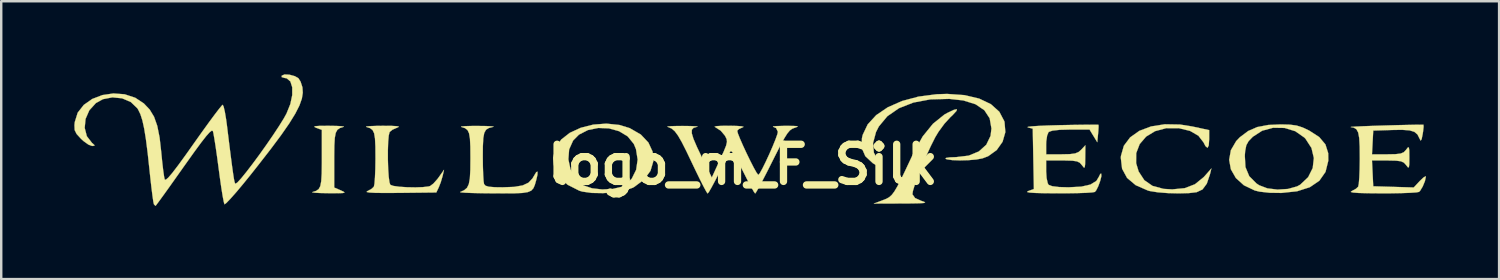
<source format=kicad_pcb>
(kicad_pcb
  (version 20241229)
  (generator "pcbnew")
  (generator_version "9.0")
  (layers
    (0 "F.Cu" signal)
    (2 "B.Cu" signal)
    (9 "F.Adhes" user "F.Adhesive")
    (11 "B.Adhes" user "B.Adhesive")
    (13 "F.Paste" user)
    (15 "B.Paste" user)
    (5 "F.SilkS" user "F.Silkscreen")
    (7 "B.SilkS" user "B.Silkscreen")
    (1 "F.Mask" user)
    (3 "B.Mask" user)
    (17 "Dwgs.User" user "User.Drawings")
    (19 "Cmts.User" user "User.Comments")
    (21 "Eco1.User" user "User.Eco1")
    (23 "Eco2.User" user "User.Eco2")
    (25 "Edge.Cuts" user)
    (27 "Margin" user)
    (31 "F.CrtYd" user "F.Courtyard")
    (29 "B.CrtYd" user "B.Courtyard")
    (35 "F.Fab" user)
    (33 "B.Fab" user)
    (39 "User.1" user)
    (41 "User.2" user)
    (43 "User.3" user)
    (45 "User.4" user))
  (footprint "logo_m_F_Silk"
    (layer "F.Cu")
    (at 27.427 3.704)
    (property "Reference" "logo_m_F_Silk" (at 0 0 0) (layer "F.SilkS") (effects (font (size 1.524 1.524) (thickness 0.3))))
    (attr through_hole)
    (fp_poly (pts (xy -16.976 -1.592) (xy -16.664 -1.587) (xy -16.451 -1.575) (xy -16.365 -1.558) (xy -16.383 -1.547) (xy -16.531 -1.501) (xy -16.634 -1.428) (xy -16.702 -1.302) (xy -16.741 -1.095) (xy -16.759 -0.78) (xy -16.764 -0.33) (xy -16.764 -0.197) (xy -16.764 0.94) (xy -16.489 1.059) (xy -16.372 1.114) (xy -16.341 1.149) (xy -16.417 1.167) (xy -16.62 1.174) (xy -16.97 1.173) (xy -17.018 1.172) (xy -17.341 1.166) (xy -17.566 1.153) (xy -17.668 1.136) (xy -17.653 1.124) (xy -17.507 1.078) (xy -17.404 1.007) (xy -17.336 0.884) (xy -17.297 0.68) (xy -17.278 0.371) (xy -17.272 -0.072) (xy -17.272 -0.257) (xy -17.272 -1.425) (xy -17.505 -1.51) (xy -17.584 -1.55) (xy -17.548 -1.576) (xy -17.378 -1.589) (xy -17.059 -1.592) (xy -16.976 -1.592)) (stroke (width 0.01) (type solid)) (fill yes) (layer "F.SilkS"))
    (fp_poly (pts (xy 8.768 -2.204) (xy 8.613 -2.036) (xy 8.519 -1.948) (xy 8.27 -1.676) (xy 8.024 -1.339) (xy 7.894 -1.122) (xy 7.711 -0.757) (xy 7.522 -0.346) (xy 7.341 0.078) (xy 7.181 0.48) (xy 7.056 0.828) (xy 6.978 1.087) (xy 6.96 1.218) (xy 7.068 1.371) (xy 7.324 1.487) (xy 7.445 1.528) (xy 7.481 1.557) (xy 7.415 1.576) (xy 7.229 1.587) (xy 6.905 1.593) (xy 6.519 1.595) (xy 5.376 1.599) (xy 5.757 1.455) (xy 5.892 1.401) (xy 6.004 1.338) (xy 6.108 1.247) (xy 6.215 1.107) (xy 6.339 0.899) (xy 6.492 0.603) (xy 6.687 0.198) (xy 6.937 -0.335) (xy 7.017 -0.508) (xy 7.381 -1.157) (xy 7.803 -1.677) (xy 8.267 -2.051) (xy 8.4 -2.125) (xy 8.662 -2.248) (xy 8.784 -2.274) (xy 8.768 -2.204)) (stroke (width 0.01) (type solid)) (fill yes) (layer "F.SilkS"))
    (fp_poly (pts (xy 17.941 -1.644) (xy 18.444 -1.564) (xy 19.135 -1.415) (xy 19.135 -1.046) (xy 19.117 -0.786) (xy 19.066 -0.69) (xy 18.982 -0.759) (xy 18.903 -0.912) (xy 18.693 -1.185) (xy 18.35 -1.383) (xy 17.898 -1.493) (xy 17.888 -1.495) (xy 17.366 -1.493) (xy 16.913 -1.372) (xy 16.547 -1.149) (xy 16.284 -0.843) (xy 16.142 -0.473) (xy 16.138 -0.058) (xy 16.242 0.285) (xy 16.474 0.639) (xy 16.81 0.873) (xy 17.261 0.995) (xy 17.616 1.016) (xy 18.133 0.966) (xy 18.551 0.805) (xy 18.908 0.515) (xy 18.968 0.45) (xy 19.226 0.156) (xy 19.168 0.395) (xy 19.038 0.78) (xy 18.861 1.019) (xy 18.622 1.131) (xy 18.62 1.132) (xy 18.302 1.169) (xy 17.891 1.18) (xy 17.448 1.169) (xy 17.032 1.137) (xy 16.704 1.085) (xy 16.623 1.064) (xy 16.12 0.844) (xy 15.766 0.546) (xy 15.562 0.171) (xy 15.509 -0.278) (xy 15.515 -0.357) (xy 15.634 -0.773) (xy 15.891 -1.117) (xy 16.269 -1.385) (xy 16.749 -1.566) (xy 17.312 -1.655) (xy 17.941 -1.644)) (stroke (width 0.01) (type solid)) (fill yes) (layer "F.SilkS"))
    (fp_poly (pts (xy -5.065 -1.627) (xy -4.642 -1.498) (xy -4.187 -1.236) (xy -3.873 -0.905) (xy -3.7 -0.53) (xy -3.672 -0.136) (xy -3.787 0.253) (xy -4.049 0.612) (xy -4.457 0.917) (xy -4.519 0.951) (xy -4.838 1.061) (xy -5.263 1.135) (xy -5.735 1.17) (xy -6.194 1.162) (xy -6.58 1.108) (xy -6.709 1.07) (xy -7.191 0.825) (xy -7.536 0.51) (xy -7.736 0.138) (xy -7.776 -0.213) (xy -7.157 -0.213) (xy -7.068 0.197) (xy -6.867 0.56) (xy -6.568 0.832) (xy -6.521 0.858) (xy -6.184 0.972) (xy -5.772 1.019) (xy -5.35 1) (xy -4.986 0.914) (xy -4.851 0.85) (xy -4.558 0.579) (xy -4.376 0.213) (xy -4.315 -0.205) (xy -4.383 -0.634) (xy -4.472 -0.848) (xy -4.723 -1.157) (xy -5.076 -1.371) (xy -5.492 -1.487) (xy -5.931 -1.504) (xy -6.355 -1.418) (xy -6.724 -1.229) (xy -6.962 -0.989) (xy -7.126 -0.623) (xy -7.157 -0.213) (xy -7.776 -0.213) (xy -7.783 -0.276) (xy -7.68 -0.69) (xy -7.452 -1.028) (xy -7.097 -1.305) (xy -6.647 -1.512) (xy -6.136 -1.641) (xy -5.598 -1.682) (xy -5.065 -1.627)) (stroke (width 0.01) (type solid)) (fill yes) (layer "F.SilkS"))
    (fp_poly (pts (xy -14.395 -1.589) (xy -14.176 -1.576) (xy -14.107 -1.553) (xy -14.174 -1.52) (xy -14.374 -1.433) (xy -14.491 -1.337) (xy -14.527 -1.195) (xy -14.551 -0.931) (xy -14.562 -0.589) (xy -14.562 -0.21) (xy -14.551 0.164) (xy -14.529 0.491) (xy -14.497 0.728) (xy -14.461 0.83) (xy -14.335 0.874) (xy -14.089 0.908) (xy -13.772 0.928) (xy -13.435 0.934) (xy -13.126 0.923) (xy -12.894 0.896) (xy -12.83 0.878) (xy -12.697 0.779) (xy -12.532 0.594) (xy -12.475 0.518) (xy -12.259 0.212) (xy -12.316 0.466) (xy -12.395 0.731) (xy -12.474 0.931) (xy -12.575 1.143) (xy -14.098 1.16) (xy -14.665 1.163) (xy -15.072 1.159) (xy -15.326 1.145) (xy -15.436 1.123) (xy -15.412 1.092) (xy -15.229 0.992) (xy -15.138 0.906) (xy -15.113 0.786) (xy -15.093 0.533) (xy -15.078 0.183) (xy -15.072 -0.228) (xy -15.072 -0.265) (xy -15.075 -0.737) (xy -15.091 -1.069) (xy -15.127 -1.287) (xy -15.193 -1.421) (xy -15.297 -1.498) (xy -15.447 -1.546) (xy -15.452 -1.547) (xy -15.446 -1.565) (xy -15.298 -1.579) (xy -15.034 -1.589) (xy -14.774 -1.592) (xy -14.395 -1.589)) (stroke (width 0.01) (type solid)) (fill yes) (layer "F.SilkS"))
    (fp_poly (pts (xy 9.096 -2.851) (xy 9.698 -2.709) (xy 10.177 -2.481) (xy 10.524 -2.17) (xy 10.729 -1.781) (xy 10.738 -1.75) (xy 10.772 -1.333) (xy 10.658 -0.937) (xy 10.416 -0.596) (xy 10.067 -0.345) (xy 9.836 -0.257) (xy 9.581 -0.21) (xy 9.255 -0.182) (xy 8.911 -0.173) (xy 8.601 -0.184) (xy 8.379 -0.216) (xy 8.318 -0.239) (xy 8.338 -0.274) (xy 8.494 -0.298) (xy 8.749 -0.307) (xy 9.266 -0.368) (xy 9.685 -0.541) (xy 9.99 -0.816) (xy 10.165 -1.179) (xy 10.202 -1.482) (xy 10.129 -1.899) (xy 9.911 -2.231) (xy 9.55 -2.476) (xy 9.048 -2.633) (xy 8.47 -2.697) (xy 7.69 -2.676) (xy 6.997 -2.546) (xy 6.406 -2.314) (xy 5.93 -1.985) (xy 5.582 -1.566) (xy 5.465 -1.336) (xy 5.343 -0.883) (xy 5.378 -0.489) (xy 5.553 -0.176) (xy 5.672 0.002) (xy 5.661 0.082) (xy 5.535 0.059) (xy 5.332 -0.06) (xy 5.026 -0.346) (xy 4.88 -0.681) (xy 4.887 -1.082) (xy 4.919 -1.22) (xy 5.123 -1.649) (xy 5.472 -2.029) (xy 5.948 -2.352) (xy 6.532 -2.609) (xy 7.206 -2.79) (xy 7.95 -2.887) (xy 8.382 -2.901) (xy 9.096 -2.851)) (stroke (width 0.01) (type solid)) (fill yes) (layer "F.SilkS"))
    (fp_poly (pts (xy 22.443 -1.64) (xy 22.722 -1.603) (xy 22.97 -1.524) (xy 23.24 -1.396) (xy 23.65 -1.131) (xy 23.905 -0.828) (xy 24.019 -0.467) (xy 24.022 -0.159) (xy 23.908 0.299) (xy 23.655 0.661) (xy 23.265 0.927) (xy 22.74 1.094) (xy 22.098 1.162) (xy 21.612 1.155) (xy 21.201 1.109) (xy 21.007 1.062) (xy 20.559 0.848) (xy 20.229 0.549) (xy 20.025 0.192) (xy 19.955 -0.197) (xy 19.986 -0.372) (xy 20.597 -0.372) (xy 20.623 0.101) (xy 20.778 0.474) (xy 21.073 0.771) (xy 21.187 0.847) (xy 21.524 0.975) (xy 21.94 1.025) (xy 22.368 0.998) (xy 22.74 0.894) (xy 22.869 0.824) (xy 23.195 0.516) (xy 23.383 0.14) (xy 23.43 -0.27) (xy 23.332 -0.682) (xy 23.087 -1.061) (xy 23.039 -1.111) (xy 22.667 -1.371) (xy 22.225 -1.505) (xy 21.758 -1.512) (xy 21.309 -1.391) (xy 20.929 -1.146) (xy 20.754 -0.966) (xy 20.658 -0.794) (xy 20.612 -0.559) (xy 20.597 -0.372) (xy 19.986 -0.372) (xy 20.025 -0.592) (xy 20.244 -0.967) (xy 20.395 -1.124) (xy 20.735 -1.379) (xy 21.109 -1.542) (xy 21.561 -1.627) (xy 22.064 -1.649) (xy 22.443 -1.64)) (stroke (width 0.01) (type solid)) (fill yes) (layer "F.SilkS"))
    (fp_poly (pts (xy -10.552 -1.583) (xy -10.324 -1.573) (xy -10.222 -1.559) (xy -10.245 -1.547) (xy -10.416 -1.504) (xy -10.534 -1.432) (xy -10.608 -1.302) (xy -10.648 -1.086) (xy -10.665 -0.754) (xy -10.668 -0.335) (xy -10.664 0.07) (xy -10.652 0.42) (xy -10.636 0.677) (xy -10.617 0.797) (xy -10.557 0.866) (xy -10.42 0.907) (xy -10.174 0.927) (xy -9.859 0.931) (xy -9.377 0.913) (xy -9.031 0.853) (xy -8.79 0.739) (xy -8.625 0.561) (xy -8.581 0.484) (xy -8.475 0.308) (xy -8.422 0.289) (xy -8.426 0.419) (xy -8.478 0.64) (xy -8.532 0.829) (xy -8.591 0.969) (xy -8.679 1.066) (xy -8.823 1.128) (xy -9.044 1.163) (xy -9.369 1.178) (xy -9.821 1.18) (xy -10.234 1.179) (xy -10.704 1.174) (xy -11.1 1.165) (xy -11.396 1.153) (xy -11.57 1.139) (xy -11.599 1.125) (xy -11.433 1.051) (xy -11.316 0.952) (xy -11.242 0.8) (xy -11.199 0.564) (xy -11.18 0.217) (xy -11.176 -0.257) (xy -11.179 -0.731) (xy -11.195 -1.064) (xy -11.232 -1.284) (xy -11.297 -1.419) (xy -11.4 -1.497) (xy -11.548 -1.545) (xy -11.557 -1.547) (xy -11.551 -1.564) (xy -11.403 -1.578) (xy -11.139 -1.586) (xy -10.88 -1.587) (xy -10.552 -1.583)) (stroke (width 0.01) (type solid)) (fill yes) (layer "F.SilkS"))
    (fp_poly (pts (xy 14.513 -1.638) (xy 14.594 -1.634) (xy 14.597 -1.548) (xy 14.585 -1.353) (xy 14.577 -1.268) (xy 14.544 -0.918) (xy 14.385 -1.179) (xy 14.226 -1.439) (xy 13.438 -1.439) (xy 13.005 -1.428) (xy 12.703 -1.394) (xy 12.551 -1.341) (xy 12.548 -1.338) (xy 12.487 -1.197) (xy 12.451 -0.958) (xy 12.446 -0.83) (xy 12.446 -0.423) (xy 13.078 -0.423) (xy 13.419 -0.43) (xy 13.637 -0.459) (xy 13.781 -0.52) (xy 13.882 -0.609) (xy 14.055 -0.794) (xy 14.05 -0.291) (xy 14.045 -0.017) (xy 14.029 0.112) (xy 13.991 0.12) (xy 13.92 0.031) (xy 13.913 0.021) (xy 13.828 -0.076) (xy 13.711 -0.133) (xy 13.521 -0.161) (xy 13.215 -0.169) (xy 13.113 -0.169) (xy 12.446 -0.169) (xy 12.446 0.279) (xy 12.464 0.553) (xy 12.511 0.762) (xy 12.548 0.83) (xy 12.691 0.885) (xy 12.976 0.92) (xy 13.356 0.931) (xy 13.885 0.904) (xy 14.264 0.818) (xy 14.505 0.671) (xy 14.607 0.503) (xy 14.667 0.381) (xy 14.706 0.369) (xy 14.712 0.474) (xy 14.664 0.667) (xy 14.586 0.883) (xy 14.498 1.058) (xy 14.445 1.121) (xy 14.332 1.141) (xy 14.081 1.158) (xy 13.72 1.17) (xy 13.279 1.177) (xy 12.912 1.177) (xy 12.377 1.173) (xy 12 1.163) (xy 11.767 1.147) (xy 11.667 1.125) (xy 11.687 1.094) (xy 11.707 1.086) (xy 11.942 1) (xy 11.919 -0.237) (xy 11.896 -1.474) (xy 11.684 -1.531) (xy 11.696 -1.55) (xy 11.855 -1.57) (xy 12.14 -1.589) (xy 12.529 -1.606) (xy 12.999 -1.619) (xy 13.025 -1.619) (xy 13.518 -1.629) (xy 13.948 -1.635) (xy 14.289 -1.638) (xy 14.513 -1.638)) (stroke (width 0.01) (type solid)) (fill yes) (layer "F.SilkS"))
    (fp_poly (pts (xy 27.927 -1.636) (xy 27.932 -1.551) (xy 27.911 -1.357) (xy 27.895 -1.255) (xy 27.852 -1.044) (xy 27.814 -0.984) (xy 27.77 -1.059) (xy 27.769 -1.061) (xy 27.683 -1.233) (xy 27.556 -1.344) (xy 27.356 -1.405) (xy 27.049 -1.427) (xy 26.657 -1.421) (xy 25.866 -1.397) (xy 25.815 -0.423) (xy 26.449 -0.423) (xy 26.784 -0.429) (xy 26.992 -0.454) (xy 27.119 -0.508) (xy 27.209 -0.602) (xy 27.216 -0.612) (xy 27.288 -0.705) (xy 27.328 -0.703) (xy 27.344 -0.582) (xy 27.347 -0.317) (xy 27.347 -0.296) (xy 27.345 -0.022) (xy 27.329 0.107) (xy 27.291 0.115) (xy 27.221 0.027) (xy 27.216 0.019) (xy 27.127 -0.079) (xy 27.005 -0.136) (xy 26.804 -0.162) (xy 26.482 -0.169) (xy 26.449 -0.169) (xy 25.815 -0.169) (xy 25.866 0.889) (xy 26.697 0.913) (xy 27.528 0.938) (xy 27.776 0.672) (xy 27.925 0.53) (xy 28.014 0.479) (xy 28.025 0.494) (xy 27.987 0.678) (xy 27.896 0.898) (xy 27.79 1.074) (xy 27.744 1.119) (xy 27.63 1.14) (xy 27.376 1.157) (xy 27.013 1.17) (xy 26.571 1.178) (xy 26.204 1.179) (xy 25.659 1.174) (xy 25.274 1.164) (xy 25.039 1.146) (xy 24.944 1.122) (xy 24.974 1.091) (xy 25.157 0.991) (xy 25.248 0.906) (xy 25.273 0.786) (xy 25.294 0.533) (xy 25.308 0.183) (xy 25.314 -0.227) (xy 25.314 -0.258) (xy 25.31 -0.746) (xy 25.291 -1.089) (xy 25.249 -1.316) (xy 25.177 -1.449) (xy 25.068 -1.517) (xy 24.939 -1.541) (xy 24.963 -1.549) (xy 25.134 -1.56) (xy 25.429 -1.574) (xy 25.825 -1.589) (xy 26.301 -1.604) (xy 26.331 -1.605) (xy 26.828 -1.619) (xy 27.262 -1.629) (xy 27.609 -1.636) (xy 27.839 -1.638) (xy 27.927 -1.636)) (stroke (width 0.01) (type solid)) (fill yes) (layer "F.SilkS"))
    (fp_poly (pts (xy -0.243 -1.587) (xy -0.04 -1.572) (xy 0.033 -1.549) (xy 0.006 -1.534) (xy -0.161 -1.459) (xy -0.228 -1.39) (xy -0.204 -1.287) (xy -0.121 -1.075) (xy 0.004 -0.79) (xy 0.153 -0.469) (xy 0.308 -0.151) (xy 0.451 0.129) (xy 0.566 0.332) (xy 0.634 0.422) (xy 0.638 0.423) (xy 0.698 0.351) (xy 0.804 0.16) (xy 0.939 -0.113) (xy 1.085 -0.428) (xy 1.225 -0.748) (xy 1.342 -1.036) (xy 1.419 -1.252) (xy 1.439 -1.347) (xy 1.366 -1.499) (xy 1.249 -1.549) (xy 1.236 -1.566) (xy 1.367 -1.58) (xy 1.614 -1.588) (xy 1.736 -1.59) (xy 2.056 -1.588) (xy 2.224 -1.579) (xy 2.254 -1.557) (xy 2.162 -1.521) (xy 2.136 -1.513) (xy 2.029 -1.472) (xy 1.931 -1.402) (xy 1.827 -1.279) (xy 1.703 -1.082) (xy 1.543 -0.789) (xy 1.332 -0.375) (xy 1.206 -0.124) (xy 0.991 0.303) (xy 0.8 0.672) (xy 0.647 0.958) (xy 0.544 1.136) (xy 0.507 1.185) (xy 0.454 1.114) (xy 0.343 0.92) (xy 0.191 0.634) (xy 0.018 0.292) (xy -0.16 -0.052) (xy -0.315 -0.328) (xy -0.43 -0.508) (xy -0.488 -0.562) (xy -0.549 -0.475) (xy -0.665 -0.267) (xy -0.819 0.028) (xy -0.97 0.331) (xy -1.142 0.672) (xy -1.29 0.948) (xy -1.396 1.129) (xy -1.443 1.185) (xy -1.495 1.113) (xy -1.604 0.912) (xy -1.758 0.609) (xy -1.943 0.23) (xy -2.072 -0.04) (xy -2.316 -0.551) (xy -2.507 -0.928) (xy -2.661 -1.194) (xy -2.791 -1.369) (xy -2.913 -1.475) (xy -3.04 -1.534) (xy -3.09 -1.548) (xy -3.086 -1.565) (xy -2.94 -1.578) (xy -2.679 -1.585) (xy -2.455 -1.586) (xy -2.141 -1.582) (xy -1.931 -1.572) (xy -1.851 -1.559) (xy -1.884 -1.548) (xy -2.02 -1.509) (xy -2.092 -1.429) (xy -2.094 -1.286) (xy -2.025 -1.057) (xy -1.88 -0.72) (xy -1.695 -0.333) (xy -1.272 0.53) (xy -0.933 -0.209) (xy -0.777 -0.552) (xy -0.685 -0.78) (xy -0.65 -0.932) (xy -0.663 -1.045) (xy -0.717 -1.157) (xy -0.737 -1.192) (xy -0.904 -1.39) (xy -1.097 -1.516) (xy -1.159 -1.554) (xy -1.09 -1.578) (xy -0.877 -1.591) (xy -0.55 -1.594) (xy -0.243 -1.587)) (stroke (width 0.01) (type solid)) (fill yes) (layer "F.SilkS"))
    (fp_poly (pts (xy -18.599 -3.689) (xy -18.381 -3.629) (xy -18.235 -3.547) (xy -18.144 -3.404) (xy -18.072 -3.182) (xy -18.068 -3.163) (xy -18.054 -2.947) (xy -18.092 -2.706) (xy -18.192 -2.425) (xy -18.361 -2.093) (xy -18.607 -1.694) (xy -18.939 -1.216) (xy -19.364 -0.646) (xy -19.89 0.031) (xy -20.181 0.399) (xy -20.5 0.792) (xy -20.784 1.131) (xy -21.018 1.395) (xy -21.183 1.568) (xy -21.263 1.628) (xy -21.267 1.626) (xy -21.296 1.526) (xy -21.342 1.287) (xy -21.398 0.938) (xy -21.459 0.509) (xy -21.504 0.169) (xy -21.568 -0.308) (xy -21.629 -0.734) (xy -21.683 -1.076) (xy -21.724 -1.304) (xy -21.743 -1.377) (xy -21.784 -1.396) (xy -21.872 -1.331) (xy -22.014 -1.173) (xy -22.221 -0.909) (xy -22.501 -0.529) (xy -22.863 -0.021) (xy -22.937 0.083) (xy -23.26 0.539) (xy -23.548 0.945) (xy -23.79 1.281) (xy -23.97 1.529) (xy -24.075 1.669) (xy -24.096 1.693) (xy -24.155 1.636) (xy -24.163 1.624) (xy -24.186 1.52) (xy -24.221 1.278) (xy -24.265 0.928) (xy -24.313 0.503) (xy -24.34 0.248) (xy -24.417 -0.466) (xy -24.489 -1.032) (xy -24.56 -1.473) (xy -24.634 -1.81) (xy -24.715 -2.064) (xy -24.808 -2.256) (xy -24.844 -2.313) (xy -25.11 -2.568) (xy -25.467 -2.72) (xy -25.864 -2.76) (xy -26.255 -2.684) (xy -26.542 -2.526) (xy -26.813 -2.227) (xy -26.967 -1.874) (xy -27.002 -1.507) (xy -26.914 -1.165) (xy -26.7 -0.888) (xy -26.677 -0.871) (xy -26.591 -0.79) (xy -26.654 -0.766) (xy -26.7 -0.765) (xy -26.848 -0.82) (xy -27.049 -0.964) (xy -27.155 -1.061) (xy -27.334 -1.257) (xy -27.414 -1.418) (xy -27.422 -1.621) (xy -27.41 -1.743) (xy -27.289 -2.131) (xy -27.039 -2.45) (xy -26.692 -2.694) (xy -26.277 -2.853) (xy -25.824 -2.92) (xy -25.364 -2.886) (xy -24.928 -2.743) (xy -24.575 -2.51) (xy -24.336 -2.259) (xy -24.156 -1.963) (xy -24.025 -1.591) (xy -23.929 -1.111) (xy -23.863 -0.528) (xy -23.823 -0.123) (xy -23.782 0.229) (xy -23.745 0.488) (xy -23.719 0.61) (xy -23.673 0.62) (xy -23.572 0.534) (xy -23.408 0.343) (xy -23.173 0.036) (xy -22.859 -0.395) (xy -22.537 -0.85) (xy -22.213 -1.306) (xy -21.92 -1.712) (xy -21.672 -2.048) (xy -21.483 -2.294) (xy -21.367 -2.433) (xy -21.34 -2.455) (xy -21.301 -2.377) (xy -21.252 -2.167) (xy -21.2 -1.859) (xy -21.169 -1.63) (xy -21.082 -0.924) (xy -21.012 -0.368) (xy -20.957 0.054) (xy -20.914 0.361) (xy -20.882 0.57) (xy -20.856 0.699) (xy -20.835 0.765) (xy -20.817 0.786) (xy -20.736 0.732) (xy -20.579 0.561) (xy -20.365 0.297) (xy -20.109 -0.036) (xy -19.83 -0.414) (xy -19.546 -0.813) (xy -19.274 -1.208) (xy -19.031 -1.576) (xy -18.835 -1.891) (xy -18.722 -2.095) (xy -18.565 -2.484) (xy -18.487 -2.853) (xy -18.487 -3.172) (xy -18.563 -3.412) (xy -18.714 -3.541) (xy -18.804 -3.556) (xy -18.921 -3.591) (xy -18.918 -3.649) (xy -18.801 -3.699) (xy -18.599 -3.689)) (stroke (width 0.01) (type solid)) (fill yes) (layer "F.SilkS")))
  (gr_rect
    (start -3 -3)
    (end 58.457 8.402)
    (stroke (width 0.1) (type default))
    (fill no)
    (layer "Edge.Cuts")))
</source>
